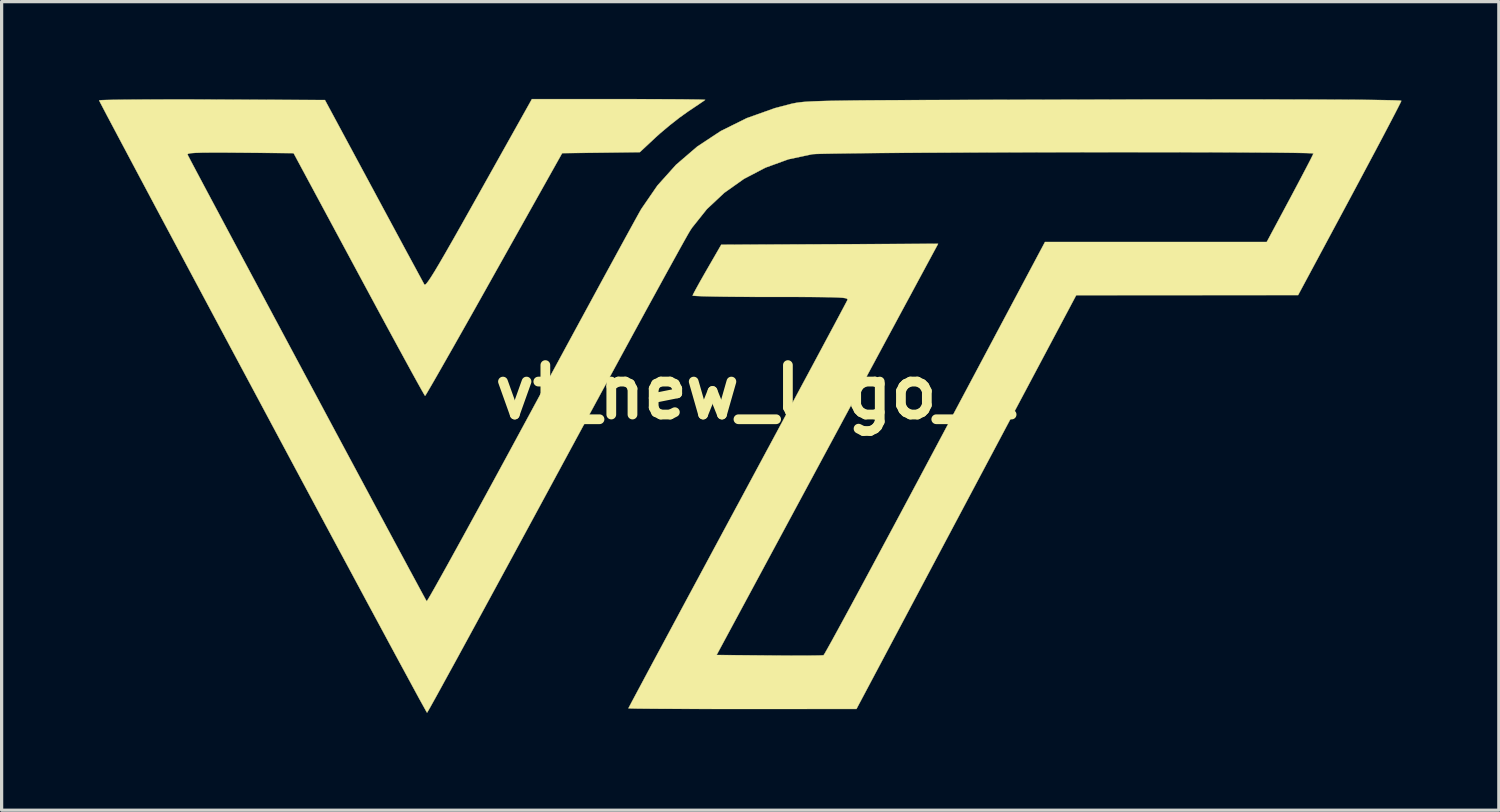
<source format=kicad_pcb>
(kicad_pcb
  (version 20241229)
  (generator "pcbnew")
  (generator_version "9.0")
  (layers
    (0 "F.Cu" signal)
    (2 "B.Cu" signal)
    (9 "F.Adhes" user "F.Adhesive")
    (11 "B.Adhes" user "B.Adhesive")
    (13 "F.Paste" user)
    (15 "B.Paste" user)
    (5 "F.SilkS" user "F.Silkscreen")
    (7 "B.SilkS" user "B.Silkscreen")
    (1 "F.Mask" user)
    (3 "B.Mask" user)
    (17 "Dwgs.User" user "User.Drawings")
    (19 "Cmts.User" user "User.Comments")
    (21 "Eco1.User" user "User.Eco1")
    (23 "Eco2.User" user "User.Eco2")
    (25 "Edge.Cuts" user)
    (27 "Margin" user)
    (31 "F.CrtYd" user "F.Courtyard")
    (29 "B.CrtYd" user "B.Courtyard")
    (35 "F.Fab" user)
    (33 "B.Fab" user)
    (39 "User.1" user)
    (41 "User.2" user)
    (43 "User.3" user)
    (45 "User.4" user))
  (footprint "vt_new_logo_1"
    (layer "F.Cu")
    (at 20.325 9.036)
    (property "Reference" "vt_new_logo_1" (at 0 0 0) (layer "F.SilkS") (effects (font (size 1.524 1.524) (thickness 0.3))))
    (attr through_hole)
    (fp_poly (pts (xy -3.763 -9.031) (xy -3.263 -9.029) (xy -2.81 -9.027) (xy -2.416 -9.025) (xy -2.091 -9.021) (xy -1.847 -9.018) (xy -1.693 -9.013) (xy -1.642 -9.009) (xy -1.642 -9.009) (xy -1.695 -8.97) (xy -1.823 -8.883) (xy -2.004 -8.761) (xy -2.173 -8.648) (xy -2.44 -8.457) (xy -2.739 -8.222) (xy -3.027 -7.98) (xy -3.168 -7.853) (xy -3.656 -7.397) (xy -4.853 -7.381) (xy -6.05 -7.366) (xy -8.147 -3.627) (xy -8.482 -3.029) (xy -8.801 -2.461) (xy -9.101 -1.93) (xy -9.376 -1.444) (xy -9.623 -1.01) (xy -9.836 -0.636) (xy -10.012 -0.329) (xy -10.147 -0.097) (xy -10.235 0.053) (xy -10.274 0.112) (xy -10.275 0.113) (xy -10.306 0.064) (xy -10.386 -0.076) (xy -10.511 -0.3) (xy -10.677 -0.601) (xy -10.879 -0.971) (xy -11.114 -1.402) (xy -11.377 -1.886) (xy -11.664 -2.416) (xy -11.97 -2.984) (xy -12.292 -3.582) (xy -12.316 -3.627) (xy -14.327 -7.366) (xy -15.975 -7.381) (xy -16.466 -7.385) (xy -16.853 -7.385) (xy -17.147 -7.382) (xy -17.359 -7.375) (xy -17.498 -7.365) (xy -17.574 -7.349) (xy -17.597 -7.329) (xy -17.596 -7.325) (xy -17.565 -7.263) (xy -17.485 -7.11) (xy -17.359 -6.872) (xy -17.191 -6.556) (xy -16.985 -6.168) (xy -16.744 -5.717) (xy -16.473 -5.208) (xy -16.174 -4.648) (xy -15.852 -4.045) (xy -15.51 -3.406) (xy -15.153 -2.737) (xy -14.783 -2.045) (xy -14.405 -1.338) (xy -14.022 -0.622) (xy -13.637 0.095) (xy -13.256 0.808) (xy -12.881 1.508) (xy -12.516 2.189) (xy -12.164 2.845) (xy -11.831 3.467) (xy -11.518 4.049) (xy -11.23 4.585) (xy -10.971 5.066) (xy -10.745 5.487) (xy -10.554 5.84) (xy -10.404 6.119) (xy -10.297 6.316) (xy -10.237 6.424) (xy -10.225 6.444) (xy -10.194 6.4) (xy -10.113 6.263) (xy -9.985 6.039) (xy -9.814 5.733) (xy -9.602 5.353) (xy -9.354 4.903) (xy -9.072 4.391) (xy -8.76 3.821) (xy -8.421 3.201) (xy -8.059 2.536) (xy -7.677 1.833) (xy -7.279 1.097) (xy -7.027 0.632) (xy -6.615 -0.131) (xy -6.213 -0.873) (xy -5.827 -1.586) (xy -5.459 -2.264) (xy -5.114 -2.899) (xy -4.795 -3.487) (xy -4.505 -4.018) (xy -4.249 -4.488) (xy -4.03 -4.888) (xy -3.852 -5.213) (xy -3.718 -5.456) (xy -3.632 -5.609) (xy -3.608 -5.65) (xy -3.115 -6.367) (xy -2.54 -7.008) (xy -1.887 -7.569) (xy -1.161 -8.048) (xy -0.363 -8.444) (xy 0.502 -8.752) (xy 0.988 -8.88) (xy 1.055 -8.895) (xy 1.123 -8.909) (xy 1.197 -8.922) (xy 1.281 -8.933) (xy 1.383 -8.944) (xy 1.506 -8.953) (xy 1.657 -8.961) (xy 1.84 -8.968) (xy 2.062 -8.975) (xy 2.327 -8.98) (xy 2.641 -8.985) (xy 3.01 -8.99) (xy 3.438 -8.994) (xy 3.932 -8.997) (xy 4.496 -9) (xy 5.136 -9.003) (xy 5.858 -9.005) (xy 6.667 -9.008) (xy 7.567 -9.01) (xy 8.566 -9.012) (xy 9.667 -9.014) (xy 10.654 -9.016) (xy 11.996 -9.019) (xy 13.235 -9.02) (xy 14.37 -9.021) (xy 15.399 -9.021) (xy 16.323 -9.019) (xy 17.141 -9.017) (xy 17.851 -9.014) (xy 18.452 -9.011) (xy 18.945 -9.006) (xy 19.329 -9) (xy 19.601 -8.994) (xy 19.763 -8.987) (xy 19.812 -8.979) (xy 19.786 -8.921) (xy 19.711 -8.772) (xy 19.592 -8.541) (xy 19.433 -8.237) (xy 19.24 -7.869) (xy 19.016 -7.446) (xy 18.766 -6.977) (xy 18.496 -6.47) (xy 18.222 -5.957) (xy 16.631 -2.992) (xy 13.212 -2.99) (xy 9.793 -2.989) (xy 6.406 3.387) (xy 3.02 9.763) (xy -0.494 9.764) (xy -1.112 9.764) (xy -1.696 9.763) (xy -2.235 9.761) (xy -2.721 9.759) (xy -3.143 9.757) (xy -3.492 9.754) (xy -3.759 9.751) (xy -3.933 9.747) (xy -4.006 9.743) (xy -4.008 9.742) (xy -3.981 9.691) (xy -3.905 9.546) (xy -3.781 9.314) (xy -3.613 9) (xy -3.405 8.61) (xy -3.159 8.151) (xy -2.878 7.629) (xy -2.567 7.049) (xy -2.228 6.417) (xy -1.863 5.74) (xy -1.478 5.023) (xy -1.074 4.272) (xy -0.655 3.494) (xy -0.651 3.488) (xy -0.231 2.707) (xy 0.174 1.954) (xy 0.562 1.233) (xy 0.928 0.551) (xy 1.27 -0.086) (xy 1.585 -0.672) (xy 1.869 -1.202) (xy 2.118 -1.668) (xy 2.331 -2.065) (xy 2.502 -2.386) (xy 2.63 -2.627) (xy 2.711 -2.78) (xy 2.741 -2.84) (xy 2.744 -2.863) (xy 2.725 -2.882) (xy 2.676 -2.898) (xy 2.587 -2.91) (xy 2.447 -2.919) (xy 2.248 -2.926) (xy 1.979 -2.93) (xy 1.631 -2.933) (xy 1.194 -2.935) (xy 0.659 -2.935) (xy 0.373 -2.935) (xy -0.136 -2.936) (xy -0.608 -2.939) (xy -1.031 -2.943) (xy -1.395 -2.949) (xy -1.687 -2.956) (xy -1.896 -2.964) (xy -2.011 -2.972) (xy -2.03 -2.977) (xy -2.002 -3.039) (xy -1.927 -3.179) (xy -1.815 -3.382) (xy -1.675 -3.629) (xy -1.587 -3.782) (xy -1.147 -4.544) (xy 2.194 -4.558) (xy 5.536 -4.573) (xy 5.239 -4.022) (xy 5.173 -3.9) (xy 5.058 -3.686) (xy 4.896 -3.386) (xy 4.693 -3.008) (xy 4.45 -2.559) (xy 4.173 -2.044) (xy 3.865 -1.473) (xy 3.53 -0.85) (xy 3.172 -0.185) (xy 2.793 0.518) (xy 2.399 1.25) (xy 1.992 2.005) (xy 1.826 2.314) (xy -1.29 8.1) (xy 0.328 8.115) (xy 0.746 8.118) (xy 1.128 8.119) (xy 1.459 8.119) (xy 1.725 8.117) (xy 1.911 8.113) (xy 2.001 8.108) (xy 2.006 8.107) (xy 2.04 8.055) (xy 2.123 7.909) (xy 2.253 7.676) (xy 2.426 7.36) (xy 2.639 6.969) (xy 2.889 6.508) (xy 3.172 5.983) (xy 3.486 5.399) (xy 3.827 4.763) (xy 4.193 4.081) (xy 4.579 3.359) (xy 4.983 2.602) (xy 5.401 1.817) (xy 5.449 1.727) (xy 8.83 -4.628) (xy 15.664 -4.628) (xy 16.384 -5.973) (xy 16.573 -6.329) (xy 16.744 -6.653) (xy 16.89 -6.931) (xy 17.003 -7.149) (xy 17.076 -7.295) (xy 17.103 -7.356) (xy 17.103 -7.356) (xy 17.048 -7.363) (xy 16.887 -7.369) (xy 16.63 -7.374) (xy 16.284 -7.379) (xy 15.856 -7.384) (xy 15.354 -7.387) (xy 14.787 -7.39) (xy 14.162 -7.393) (xy 13.488 -7.394) (xy 12.771 -7.396) (xy 12.02 -7.396) (xy 11.243 -7.397) (xy 10.448 -7.396) (xy 9.642 -7.395) (xy 8.834 -7.394) (xy 8.03 -7.392) (xy 7.24 -7.39) (xy 6.471 -7.387) (xy 5.731 -7.383) (xy 5.028 -7.38) (xy 4.369 -7.375) (xy 3.763 -7.371) (xy 3.217 -7.366) (xy 2.739 -7.36) (xy 2.338 -7.354) (xy 2.021 -7.348) (xy 1.795 -7.342) (xy 1.67 -7.335) (xy 1.657 -7.333) (xy 0.923 -7.177) (xy 0.218 -6.921) (xy -0.445 -6.575) (xy -1.052 -6.145) (xy -1.59 -5.641) (xy -2.045 -5.071) (xy -2.096 -4.995) (xy -2.153 -4.9) (xy -2.26 -4.711) (xy -2.414 -4.435) (xy -2.612 -4.076) (xy -2.851 -3.643) (xy -3.127 -3.139) (xy -3.438 -2.572) (xy -3.779 -1.947) (xy -4.148 -1.269) (xy -4.541 -0.546) (xy -4.956 0.218) (xy -5.389 1.016) (xy -5.836 1.842) (xy -6.267 2.639) (xy -6.721 3.478) (xy -7.161 4.29) (xy -7.583 5.069) (xy -7.985 5.81) (xy -8.363 6.506) (xy -8.715 7.153) (xy -9.037 7.744) (xy -9.326 8.275) (xy -9.581 8.739) (xy -9.796 9.132) (xy -9.97 9.448) (xy -10.1 9.681) (xy -10.182 9.826) (xy -10.214 9.878) (xy -10.214 9.878) (xy -10.243 9.829) (xy -10.323 9.685) (xy -10.452 9.452) (xy -10.625 9.133) (xy -10.841 8.734) (xy -11.098 8.26) (xy -11.392 7.715) (xy -11.72 7.105) (xy -12.082 6.434) (xy -12.472 5.707) (xy -12.89 4.929) (xy -13.333 4.105) (xy -13.797 3.239) (xy -14.281 2.336) (xy -14.781 1.402) (xy -15.283 0.463) (xy -15.797 -0.498) (xy -16.297 -1.432) (xy -16.779 -2.334) (xy -17.242 -3.201) (xy -17.683 -4.026) (xy -18.098 -4.805) (xy -18.487 -5.533) (xy -18.845 -6.206) (xy -19.171 -6.818) (xy -19.461 -7.364) (xy -19.714 -7.84) (xy -19.926 -8.24) (xy -20.096 -8.56) (xy -20.219 -8.796) (xy -20.295 -8.941) (xy -20.32 -8.992) (xy -20.265 -8.999) (xy -20.107 -9.005) (xy -19.855 -9.01) (xy -19.52 -9.014) (xy -19.109 -9.017) (xy -18.635 -9.019) (xy -18.104 -9.02) (xy -17.529 -9.02) (xy -16.918 -9.018) (xy -16.841 -9.017) (xy -13.361 -9.003) (xy -11.857 -6.209) (xy -11.577 -5.688) (xy -11.312 -5.196) (xy -11.067 -4.741) (xy -10.847 -4.332) (xy -10.656 -3.98) (xy -10.501 -3.693) (xy -10.386 -3.48) (xy -10.316 -3.351) (xy -10.297 -3.316) (xy -10.276 -3.31) (xy -10.237 -3.342) (xy -10.177 -3.418) (xy -10.092 -3.545) (xy -9.977 -3.729) (xy -9.83 -3.976) (xy -9.646 -4.293) (xy -9.421 -4.686) (xy -9.152 -5.161) (xy -8.835 -5.725) (xy -8.611 -6.124) (xy -6.983 -9.031) (xy -4.3 -9.031) (xy -3.763 -9.031)) (stroke (width 0.01) (type solid)) (fill yes) (layer "F.SilkS")))
  (gr_rect
    (start -3 -3)
    (end 43.142 21.919)
    (stroke (width 0.1) (type default))
    (fill no)
    (layer "Edge.Cuts")))
</source>
